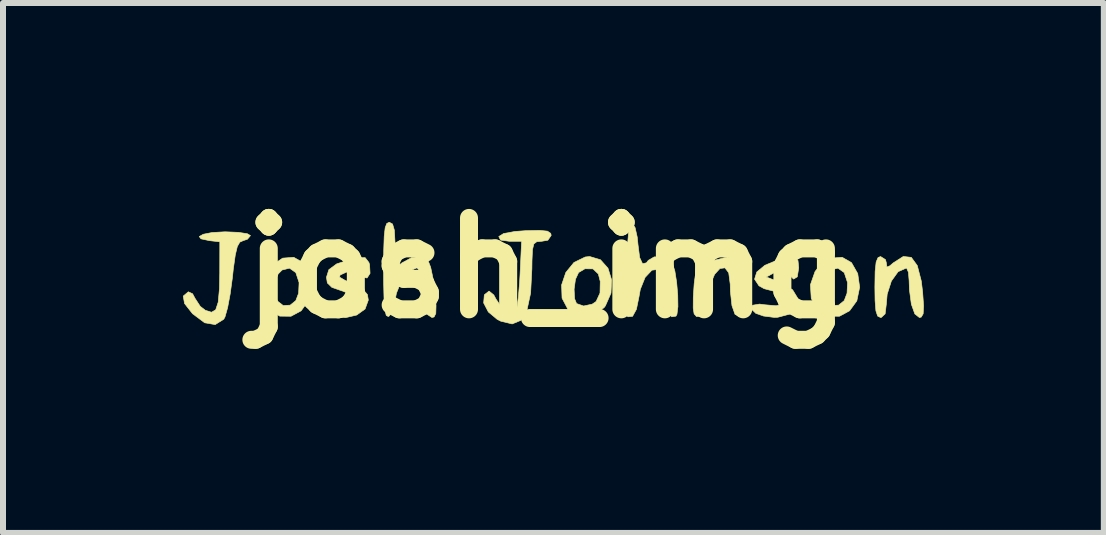
<source format=kicad_pcb>
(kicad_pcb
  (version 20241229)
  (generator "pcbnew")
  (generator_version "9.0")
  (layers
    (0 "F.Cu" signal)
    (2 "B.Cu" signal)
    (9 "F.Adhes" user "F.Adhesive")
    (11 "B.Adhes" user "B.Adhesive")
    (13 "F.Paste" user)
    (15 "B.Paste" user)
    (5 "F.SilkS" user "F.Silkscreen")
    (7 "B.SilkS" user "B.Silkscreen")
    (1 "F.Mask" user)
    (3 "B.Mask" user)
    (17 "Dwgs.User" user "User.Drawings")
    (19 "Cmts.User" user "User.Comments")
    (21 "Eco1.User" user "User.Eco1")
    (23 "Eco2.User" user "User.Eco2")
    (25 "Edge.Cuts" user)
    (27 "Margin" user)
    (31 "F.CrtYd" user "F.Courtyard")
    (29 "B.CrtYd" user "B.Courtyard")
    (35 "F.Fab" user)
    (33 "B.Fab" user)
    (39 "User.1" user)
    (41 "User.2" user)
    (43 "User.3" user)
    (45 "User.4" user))
  (footprint "josh_img"
    (layer "F.Cu")
    (at 6.076 1.418)
    (property "Reference" "josh_img" (at 0 0 0) (layer "F.SilkS") (effects (font (size 1.524 1.524) (thickness 0.3))))
    (attr through_hole)
    (fp_poly (pts (xy -4.073 -0.089) (xy -3.969 0.094) (xy -3.937 0.321) (xy -3.984 0.548) (xy -4.105 0.714) (xy -4.274 0.805) (xy -4.461 0.803) (xy -4.636 0.699) (xy -4.744 0.508) (xy -4.758 0.28) (xy -4.752 0.263) (xy -4.56 0.263) (xy -4.558 0.422) (xy -4.501 0.551) (xy -4.405 0.626) (xy -4.288 0.62) (xy -4.194 0.544) (xy -4.147 0.42) (xy -4.139 0.247) (xy -4.139 0.243) (xy -4.194 0.077) (xy -4.299 0.003) (xy -4.423 0.034) (xy -4.488 0.1) (xy -4.56 0.263) (xy -4.752 0.263) (xy -4.681 0.06) (xy -4.607 -0.035) (xy -4.413 -0.164) (xy -4.228 -0.178) (xy -4.073 -0.089)) (stroke (width 0.01) (type solid)) (fill yes) (layer "F.SilkS"))
    (fp_poly (pts (xy 5.071 -0.089) (xy 5.175 0.094) (xy 5.207 0.321) (xy 5.16 0.548) (xy 5.039 0.714) (xy 4.87 0.805) (xy 4.683 0.803) (xy 4.508 0.699) (xy 4.4 0.508) (xy 4.386 0.28) (xy 4.392 0.263) (xy 4.584 0.263) (xy 4.586 0.422) (xy 4.643 0.551) (xy 4.739 0.626) (xy 4.856 0.62) (xy 4.95 0.544) (xy 4.997 0.42) (xy 5.005 0.247) (xy 5.005 0.243) (xy 4.95 0.077) (xy 4.845 0.003) (xy 4.721 0.034) (xy 4.656 0.1) (xy 4.584 0.263) (xy 4.392 0.263) (xy 4.463 0.06) (xy 4.537 -0.035) (xy 4.731 -0.164) (xy 4.916 -0.178) (xy 5.071 -0.089)) (stroke (width 0.01) (type solid)) (fill yes) (layer "F.SilkS"))
    (fp_poly (pts (xy 0.886 -0.137) (xy 1.011 0.004) (xy 1.072 0.2) (xy 1.061 0.42) (xy 0.968 0.631) (xy 0.948 0.658) (xy 0.775 0.793) (xy 0.578 0.82) (xy 0.391 0.738) (xy 0.346 0.695) (xy 0.245 0.503) (xy 0.24 0.354) (xy 0.446 0.354) (xy 0.454 0.512) (xy 0.487 0.593) (xy 0.604 0.634) (xy 0.748 0.603) (xy 0.813 0.559) (xy 0.878 0.418) (xy 0.882 0.224) (xy 0.85 0.1) (xy 0.761 0.015) (xy 0.627 0.013) (xy 0.521 0.076) (xy 0.469 0.188) (xy 0.446 0.354) (xy 0.24 0.354) (xy 0.237 0.285) (xy 0.308 0.075) (xy 0.444 -0.092) (xy 0.631 -0.183) (xy 0.706 -0.191) (xy 0.886 -0.137)) (stroke (width 0.01) (type solid)) (fill yes) (layer "F.SilkS"))
    (fp_poly (pts (xy 2.632 -0.133) (xy 2.712 -0.111) (xy 2.858 -0.146) (xy 3.009 -0.186) (xy 3.106 -0.153) (xy 3.137 -0.125) (xy 3.188 -0.018) (xy 3.226 0.161) (xy 3.249 0.372) (xy 3.254 0.576) (xy 3.238 0.734) (xy 3.199 0.806) (xy 3.129 0.773) (xy 3.078 0.629) (xy 3.052 0.391) (xy 3.049 0.27) (xy 3.024 0.081) (xy 2.961 -0.002) (xy 2.877 0.009) (xy 2.789 0.106) (xy 2.714 0.279) (xy 2.669 0.494) (xy 2.626 0.693) (xy 2.561 0.803) (xy 2.487 0.81) (xy 2.447 0.765) (xy 2.432 0.672) (xy 2.433 0.492) (xy 2.448 0.262) (xy 2.449 0.254) (xy 2.485 -0.014) (xy 2.529 -0.159) (xy 2.583 -0.186) (xy 2.632 -0.133)) (stroke (width 0.01) (type solid)) (fill yes) (layer "F.SilkS"))
    (fp_poly (pts (xy 6.068 -0.177) (xy 6.168 -0.04) (xy 6.235 0.219) (xy 6.257 0.402) (xy 6.273 0.633) (xy 6.266 0.764) (xy 6.234 0.819) (xy 6.203 0.826) (xy 6.127 0.766) (xy 6.069 0.604) (xy 6.037 0.362) (xy 6.032 0.214) (xy 6.02 0.071) (xy 5.99 0.002) (xy 5.985 0.001) (xy 5.848 0.062) (xy 5.736 0.218) (xy 5.666 0.437) (xy 5.652 0.599) (xy 5.632 0.765) (xy 5.568 0.825) (xy 5.556 0.826) (xy 5.507 0.802) (xy 5.478 0.715) (xy 5.464 0.543) (xy 5.461 0.318) (xy 5.465 0.057) (xy 5.482 -0.1) (xy 5.514 -0.174) (xy 5.556 -0.191) (xy 5.638 -0.139) (xy 5.652 -0.085) (xy 5.661 -0.016) (xy 5.709 -0.035) (xy 5.768 -0.085) (xy 5.935 -0.192) (xy 6.068 -0.177)) (stroke (width 0.01) (type solid)) (fill yes) (layer "F.SilkS"))
    (fp_poly (pts (xy -5.151 -0.594) (xy -5.002 -0.571) (xy -4.95 -0.54) (xy -5.001 -0.479) (xy -5.068 -0.457) (xy -5.127 -0.431) (xy -5.169 -0.359) (xy -5.203 -0.217) (xy -5.236 0.017) (xy -5.251 0.16) (xy -5.288 0.432) (xy -5.331 0.662) (xy -5.375 0.817) (xy -5.396 0.855) (xy -5.538 0.944) (xy -5.713 0.914) (xy -5.911 0.766) (xy -5.916 0.762) (xy -6.049 0.593) (xy -6.071 0.469) (xy -5.986 0.397) (xy -5.915 0.43) (xy -5.875 0.505) (xy -5.787 0.64) (xy -5.703 0.705) (xy -5.6 0.738) (xy -5.53 0.698) (xy -5.488 0.571) (xy -5.467 0.343) (xy -5.462 0.084) (xy -5.461 -0.436) (xy -5.636 -0.456) (xy -5.775 -0.486) (xy -5.804 -0.524) (xy -5.738 -0.562) (xy -5.591 -0.591) (xy -5.378 -0.603) (xy -5.366 -0.603) (xy -5.151 -0.594)) (stroke (width 0.01) (type solid)) (fill yes) (layer "F.SilkS"))
    (fp_poly (pts (xy 4.179 -0.124) (xy 4.191 -0.004) (xy 4.191 0) (xy 4.167 0.148) (xy 4.105 0.185) (xy 4.023 0.105) (xy 4.013 0.088) (xy 3.954 0.022) (xy 3.863 0.038) (xy 3.803 0.068) (xy 3.651 0.151) (xy 3.89 0.243) (xy 4.089 0.364) (xy 4.178 0.51) (xy 4.163 0.653) (xy 4.049 0.767) (xy 3.841 0.822) (xy 3.782 0.824) (xy 3.603 0.801) (xy 3.475 0.756) (xy 3.394 0.678) (xy 3.422 0.621) (xy 3.538 0.602) (xy 3.62 0.613) (xy 3.815 0.63) (xy 3.937 0.599) (xy 3.965 0.526) (xy 3.936 0.475) (xy 3.818 0.395) (xy 3.751 0.381) (xy 3.614 0.345) (xy 3.528 0.297) (xy 3.455 0.187) (xy 3.492 0.067) (xy 3.627 -0.045) (xy 3.798 -0.116) (xy 4.009 -0.173) (xy 4.128 -0.178) (xy 4.179 -0.124)) (stroke (width 0.01) (type solid)) (fill yes) (layer "F.SilkS"))
    (fp_poly (pts (xy -2.975 -0.091) (xy -2.964 -0.055) (xy -2.956 0.09) (xy -3.006 0.167) (xy -3.089 0.153) (xy -3.127 0.114) (xy -3.218 0.047) (xy -3.347 0.069) (xy -3.365 0.076) (xy -3.456 0.118) (xy -3.464 0.153) (xy -3.378 0.203) (xy -3.254 0.258) (xy -3.08 0.35) (xy -3 0.443) (xy -2.985 0.535) (xy -3.039 0.684) (xy -3.179 0.785) (xy -3.368 0.829) (xy -3.569 0.807) (xy -3.718 0.732) (xy -3.787 0.673) (xy -3.784 0.64) (xy -3.691 0.622) (xy -3.492 0.612) (xy -3.467 0.611) (xy -3.274 0.584) (xy -3.199 0.527) (xy -3.244 0.456) (xy -3.413 0.385) (xy -3.425 0.382) (xy -3.593 0.323) (xy -3.668 0.25) (xy -3.683 0.155) (xy -3.643 0.028) (xy -3.513 -0.068) (xy -3.278 -0.145) (xy -3.168 -0.17) (xy -3.038 -0.172) (xy -2.975 -0.091)) (stroke (width 0.01) (type solid)) (fill yes) (layer "F.SilkS"))
    (fp_poly (pts (xy 0.002 -0.614) (xy 0.056 -0.577) (xy 0.064 -0.543) (xy 0.009 -0.463) (xy -0.095 -0.445) (xy -0.177 -0.438) (xy -0.225 -0.401) (xy -0.248 -0.306) (xy -0.256 -0.125) (xy -0.258 0.016) (xy -0.279 0.418) (xy -0.34 0.703) (xy -0.441 0.873) (xy -0.586 0.933) (xy -0.777 0.887) (xy -0.837 0.856) (xy -0.984 0.733) (xy -1.062 0.583) (xy -1.051 0.449) (xy -1.048 0.445) (xy -0.972 0.385) (xy -0.893 0.45) (xy -0.856 0.519) (xy -0.764 0.654) (xy -0.649 0.741) (xy -0.55 0.755) (xy -0.531 0.742) (xy -0.507 0.661) (xy -0.483 0.485) (xy -0.463 0.245) (xy -0.456 0.125) (xy -0.429 -0.445) (xy -0.633 -0.445) (xy -0.78 -0.465) (xy -0.81 -0.524) (xy -0.73 -0.574) (xy -0.539 -0.609) (xy -0.36 -0.622) (xy -0.129 -0.627) (xy 0.002 -0.614)) (stroke (width 0.01) (type solid)) (fill yes) (layer "F.SilkS"))
    (fp_poly (pts (xy 1.417 -0.745) (xy 1.463 -0.673) (xy 1.499 -0.513) (xy 1.511 -0.392) (xy 1.539 -0.174) (xy 1.587 -0.071) (xy 1.652 -0.086) (xy 1.683 -0.127) (xy 1.782 -0.185) (xy 1.925 -0.18) (xy 2.051 -0.122) (xy 2.085 -0.079) (xy 2.126 0.05) (xy 2.156 0.242) (xy 2.174 0.453) (xy 2.177 0.644) (xy 2.161 0.773) (xy 2.144 0.803) (xy 2.073 0.814) (xy 2.022 0.733) (xy 1.985 0.548) (xy 1.969 0.397) (xy 1.94 0.199) (xy 1.901 0.061) (xy 1.871 0.02) (xy 1.743 0.037) (xy 1.63 0.157) (xy 1.55 0.356) (xy 1.528 0.479) (xy 1.485 0.689) (xy 1.421 0.806) (xy 1.346 0.814) (xy 1.33 0.801) (xy 1.32 0.73) (xy 1.316 0.558) (xy 1.316 0.311) (xy 1.321 0.013) (xy 1.321 0.002) (xy 1.334 -0.347) (xy 1.353 -0.579) (xy 1.378 -0.709) (xy 1.412 -0.746) (xy 1.417 -0.745)) (stroke (width 0.01) (type solid)) (fill yes) (layer "F.SilkS"))
    (fp_poly (pts (xy -2.581 -0.733) (xy -2.551 -0.631) (xy -2.54 -0.432) (xy -2.54 -0.371) (xy -2.538 -0.16) (xy -2.525 -0.054) (xy -2.494 -0.033) (xy -2.435 -0.076) (xy -2.424 -0.085) (xy -2.261 -0.174) (xy -2.094 -0.179) (xy -1.984 -0.111) (xy -1.945 -0.01) (xy -1.906 0.176) (xy -1.876 0.397) (xy -1.856 0.629) (xy -1.86 0.76) (xy -1.889 0.817) (xy -1.924 0.826) (xy -2.016 0.765) (xy -2.073 0.584) (xy -2.095 0.286) (xy -2.095 0.27) (xy -2.113 0.078) (xy -2.167 0.002) (xy -2.181 0) (xy -2.312 0.058) (xy -2.431 0.209) (xy -2.516 0.419) (xy -2.536 0.521) (xy -2.576 0.69) (xy -2.632 0.797) (xy -2.651 0.81) (xy -2.686 0.791) (xy -2.709 0.697) (xy -2.723 0.514) (xy -2.73 0.226) (xy -2.731 0.037) (xy -2.728 -0.3) (xy -2.72 -0.53) (xy -2.704 -0.671) (xy -2.677 -0.742) (xy -2.637 -0.762) (xy -2.635 -0.762) (xy -2.581 -0.733)) (stroke (width 0.01) (type solid)) (fill yes) (layer "F.SilkS")))
  (gr_rect
    (start -3 -3)
    (end 15.354 5.836)
    (stroke (width 0.1) (type default))
    (fill no)
    (layer "Edge.Cuts")))
</source>
